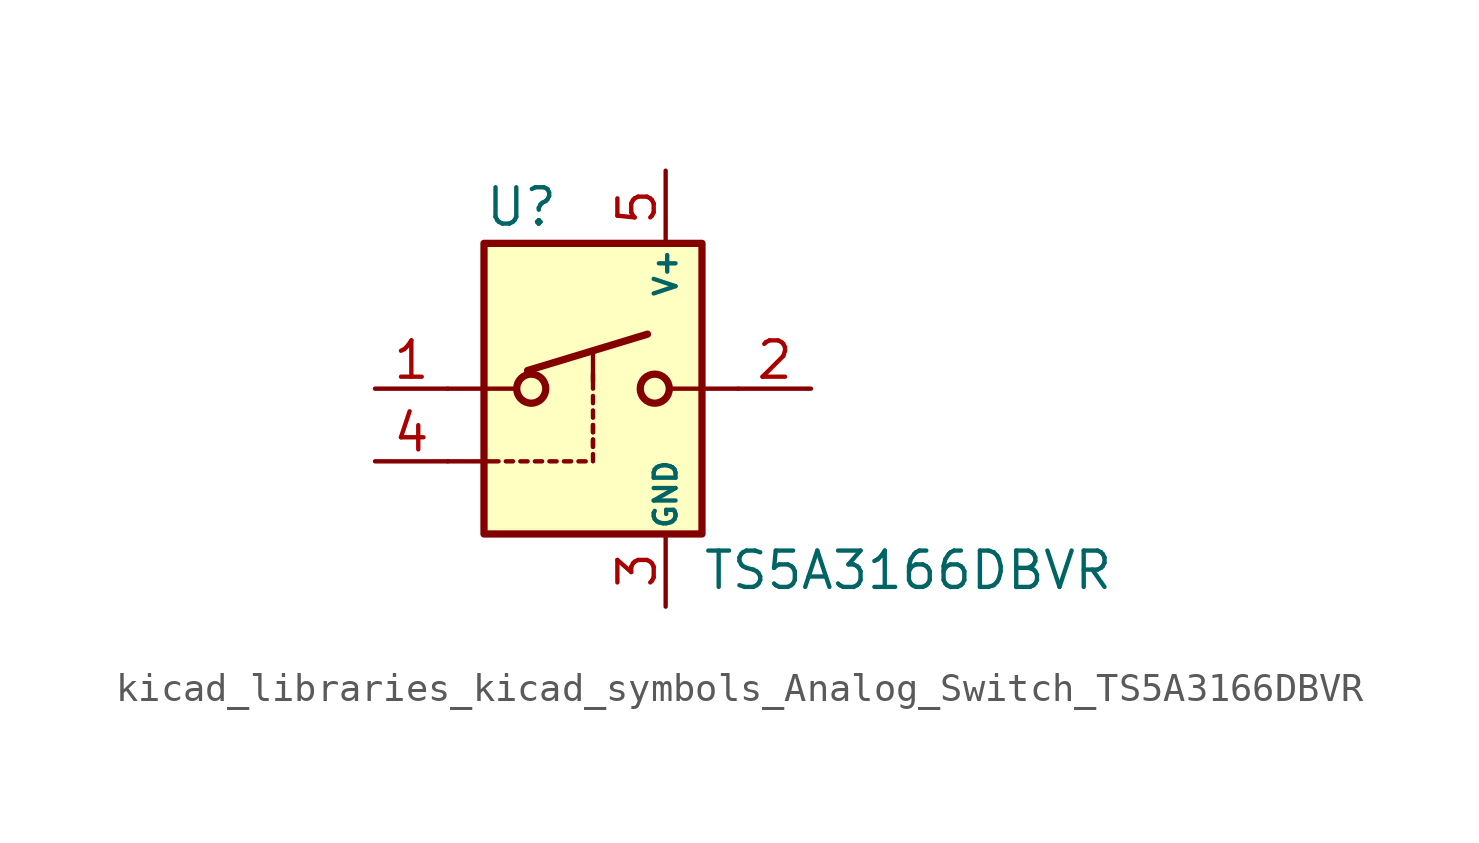
<source format=kicad_sym>
(kicad_symbol_lib
  (version 20220914)
  (generator kicad_symbol_editor)
  (symbol "kicad_libraries_kicad_symbols_Analog_Switch_TS5A3166DBVR"
    (pin_names
      (offset 0.127))
    (property "Reference" "U"
      (at -3.81 6.35 0)
      (effects (font (size 1.27 1.27)) (justify left)))
    (property "Value" "TS5A3166DBVR"
      (at 3.81 -6.35 0)
      (effects (font (size 1.27 1.27)) (justify left)))
    (symbol "kicad_libraries_kicad_symbols_Analog_Switch_TS5A3166DBVR_0_1"
      (polyline (pts (xy -5.08 -2.54) (xy -3.302 -2.54)) (stroke (width 0) (type default)) (fill (type none)))
      (polyline (pts (xy -3.048 -2.54) (xy -2.794 -2.54)) (stroke (width 0) (type default)) (fill (type none)))
      (polyline (pts (xy -2.54 -2.54) (xy -2.286 -2.54)) (stroke (width 0) (type default)) (fill (type none)))
      (polyline (pts (xy -2.032 -2.54) (xy -1.778 -2.54)) (stroke (width 0) (type default)) (fill (type none)))
      (polyline (pts (xy -1.524 -2.54) (xy -1.27 -2.54)) (stroke (width 0) (type default)) (fill (type none)))
      (polyline (pts (xy -1.016 -2.54) (xy -0.762 -2.54)) (stroke (width 0) (type default)) (fill (type none)))
      (polyline (pts (xy -0.508 -2.54) (xy -0.254 -2.54)) (stroke (width 0) (type default)) (fill (type none)))
      (polyline (pts (xy 0 -2.032) (xy 0 -1.778)) (stroke (width 0) (type default)) (fill (type none)))
      (polyline (pts (xy 0 -1.524) (xy 0 -1.27)) (stroke (width 0) (type default)) (fill (type none))))
    (symbol "kicad_libraries_kicad_symbols_Analog_Switch_TS5A3166DBVR_1_1"
      (rectangle (start -3.81 5.08) (end 3.81 -5.08) (stroke (width 0.254) (type default)) (fill (type background)))
      (circle (center -2.159 0) (radius 0.508) (stroke (width 0.254) (type default)) (fill (type none)))
      (polyline (pts (xy -5.08 0) (xy -2.794 0)) (stroke (width 0) (type default)) (fill (type none)))
      (polyline (pts (xy -2.286 0.635) (xy 1.905 1.905)) (stroke (width 0.254) (type default)) (fill (type none)))
      (polyline (pts (xy 0 -2.54) (xy 0 -2.286)) (stroke (width 0) (type default)) (fill (type none)))
      (polyline (pts (xy 0 -2.032) (xy 0 -1.778)) (stroke (width 0) (type default)) (fill (type none)))
      (polyline (pts (xy 0 -1.524) (xy 0 -1.27)) (stroke (width 0) (type default)) (fill (type none)))
      (polyline (pts (xy 0 -1.016) (xy 0 -0.762)) (stroke (width 0) (type default)) (fill (type none)))
      (polyline (pts (xy 0 -0.508) (xy 0 -0.254)) (stroke (width 0) (type default)) (fill (type none)))
      (polyline (pts (xy 0 0) (xy 0 0.508)) (stroke (width 0) (type default)) (fill (type none)))
      (polyline (pts (xy 0 0.254) (xy 0 1.27)) (stroke (width 0) (type default)) (fill (type none)))
      (polyline (pts (xy 5.08 0) (xy 2.794 0)) (stroke (width 0) (type default)) (fill (type none)))
      (circle (center 2.159 0) (radius 0.508) (stroke (width 0.254) (type default)) (fill (type none)))
      (pin passive line (at -7.62 0 0) (length 2.54) (name "~" (effects (font (size 1.27 1.27)))) (number "1" (effects (font (size 1.27 1.27)))))
      (pin passive line (at 7.62 0 180) (length 2.54) (name "~" (effects (font (size 1.27 1.27)))) (number "2" (effects (font (size 1.27 1.27)))))
      (pin power_in line (at 2.54 -7.62 90) (length 2.54) (name "GND" (effects (font (size 0.762 0.762)))) (number "3" (effects (font (size 1.27 1.27)))))
      (pin input line (at -7.62 -2.54 0) (length 2.54) (name "~" (effects (font (size 1.27 1.27)))) (number "4" (effects (font (size 1.27 1.27)))))
      (pin power_in line (at 2.54 7.62 270) (length 2.54) (name "V+" (effects (font (size 0.762 0.762)))) (number "5" (effects (font (size 1.27 1.27))))))))
</source>
